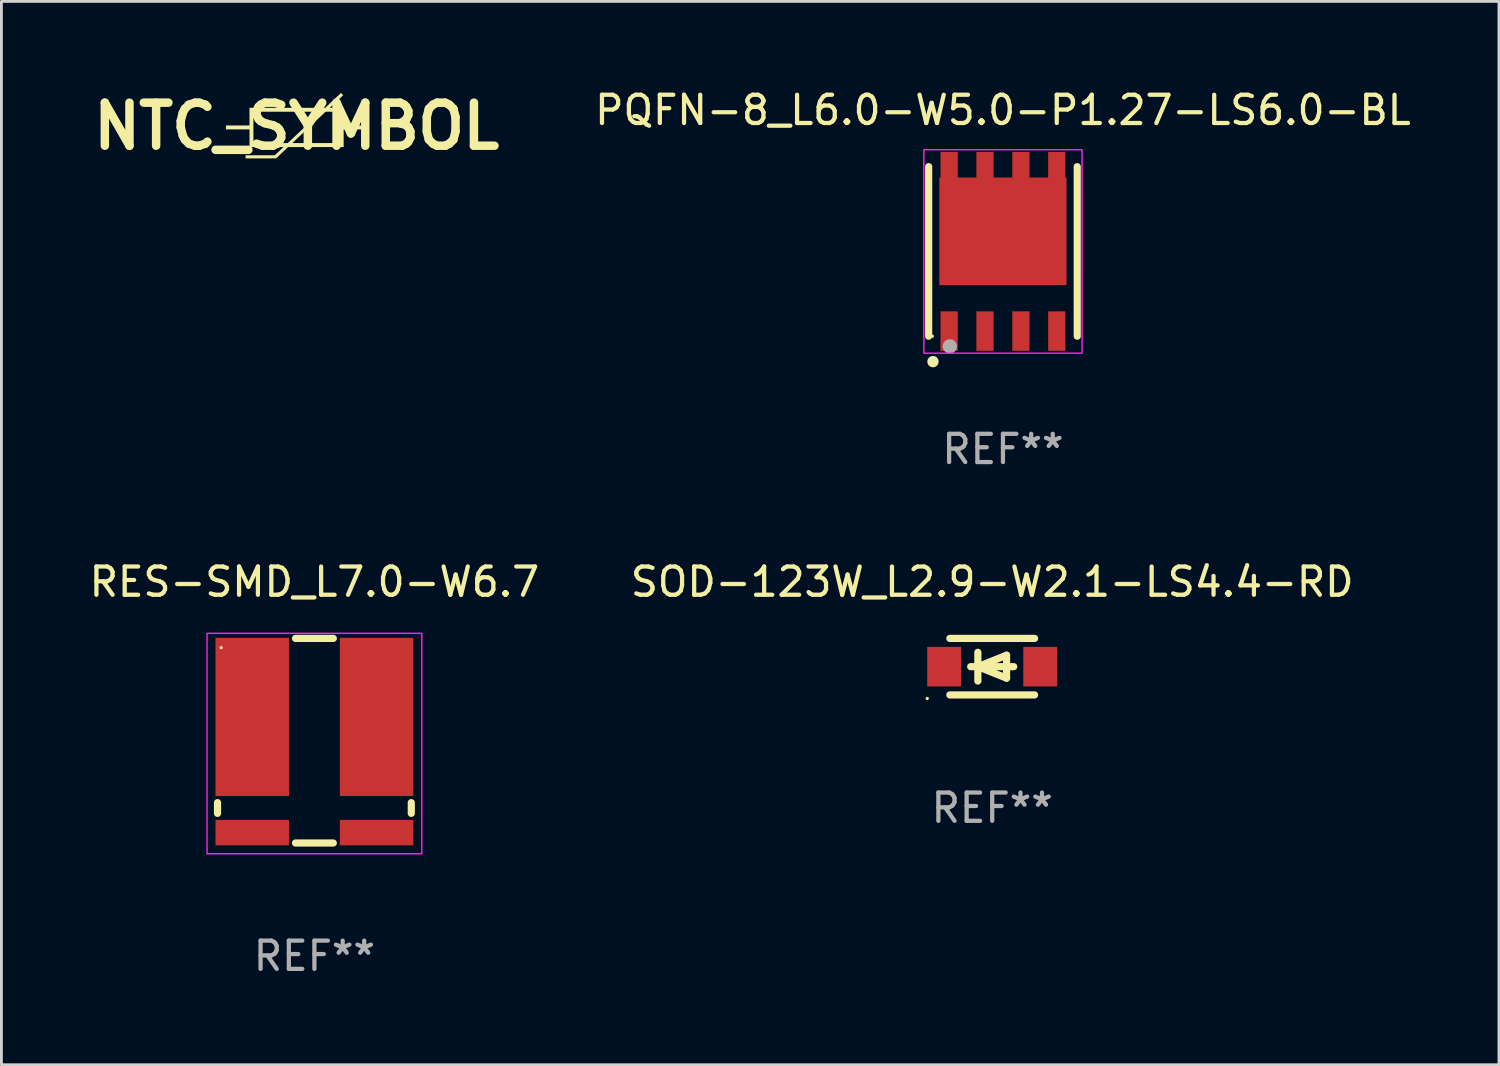
<source format=kicad_pcb>
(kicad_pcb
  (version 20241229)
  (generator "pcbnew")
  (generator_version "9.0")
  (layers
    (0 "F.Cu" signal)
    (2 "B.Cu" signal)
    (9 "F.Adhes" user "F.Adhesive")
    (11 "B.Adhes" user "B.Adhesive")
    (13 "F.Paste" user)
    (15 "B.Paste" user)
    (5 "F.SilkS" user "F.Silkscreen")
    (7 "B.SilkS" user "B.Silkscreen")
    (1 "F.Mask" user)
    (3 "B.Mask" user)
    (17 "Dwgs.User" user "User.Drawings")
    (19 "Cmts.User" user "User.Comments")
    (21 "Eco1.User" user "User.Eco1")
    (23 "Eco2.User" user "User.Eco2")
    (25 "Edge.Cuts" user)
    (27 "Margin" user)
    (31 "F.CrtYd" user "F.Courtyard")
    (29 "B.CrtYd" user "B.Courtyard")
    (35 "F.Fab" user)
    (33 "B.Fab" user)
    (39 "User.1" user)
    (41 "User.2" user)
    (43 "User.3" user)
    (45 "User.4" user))
  (footprint "RES-SMD_L7.0-W6.7"
    (layer "F.Cu")
    (at 8.077 23.164)
    (property "Reference" "RES-SMD_L7.0-W6.7" (at 0 -5.62 0) (layer "F.SilkS") (effects (font (size 1 1) (thickness 0.15))))
    (attr through_hole)
    (fp_line (start -3.429 2.191) (end -3.429 2.572) (stroke (width 0.254) (type solid)) (layer "F.SilkS"))
    (fp_line (start -0.669 3.62) (end 0.669 3.62) (stroke (width 0.254) (type solid)) (layer "F.SilkS"))
    (fp_line (start -0.669 -3.62) (end 0.669 -3.62) (stroke (width 0.254) (type solid)) (layer "F.SilkS"))
    (fp_line (start 3.429 2.572) (end 3.429 2.191) (stroke (width 0.254) (type solid)) (layer "F.SilkS"))
    (fp_circle (center -3.3 -3.294) (end -3.27 -3.294) (stroke (width 0.06) (type solid)) (fill no) (layer "F.SilkS"))
    (fp_rect (start -3.8 -3.8) (end 3.8 4) (stroke (width 0.05) (type solid)) (fill no) (layer "F.CrtYd"))
    (fp_text user "REF**" (at 0 7.62 0) (layer "F.Fab") (effects (font (size 1 1) (thickness 0.15))))
    (pad "1" smd rect (at -2.2 -0.841) (size 2.6 5.6) (layers "F.Cu" "F.Mask" "F.Paste"))
    (pad "1" smd rect (at -2.2 3.253) (size 2.6 0.9) (layers "F.Cu" "F.Mask" "F.Paste"))
    (pad "2" smd rect (at 2.2 -0.841) (size 2.6 5.6) (layers "F.Cu" "F.Mask" "F.Paste"))
    (pad "2" smd rect (at 2.2 3.253) (size 2.6 0.9) (layers "F.Cu" "F.Mask" "F.Paste")))
  (footprint "PQFN-8_L6.0-W5.0-P1.27-LS6.0-BL"
    (layer "F.Cu")
    (at 32.445 5.848)
    (property "Reference" "PQFN-8_L6.0-W5.0-P1.27-LS6.0-BL" (at 0 -5 0) (layer "F.SilkS") (effects (font (size 1 1) (thickness 0.15))))
    (attr through_hole)
    (fp_line (start -2.629 3) (end -2.629 -3) (stroke (width 0.254) (type solid)) (layer "F.SilkS"))
    (fp_line (start 2.629 3) (end 2.629 -3) (stroke (width 0.254) (type solid)) (layer "F.SilkS"))
    (fp_arc (start -2.476505 3.901448) (mid -2.476511 3.900178) (end -2.476505 3.898908) (stroke (width 0.398781) (type solid)) (layer "F.SilkS"))
    (fp_circle (center -2.5 3) (end -2.47 3) (stroke (width 0.06) (type solid)) (fill no) (layer "F.SilkS"))
    (fp_rect (start -2.8 -3.6) (end 2.8 3.6) (stroke (width 0.05) (type solid)) (fill no) (layer "F.CrtYd"))
    (fp_circle (center -1.88 3.36) (end -1.753 3.36) (stroke (width 0.254) (type solid)) (fill no) (layer "F.Fab"))
    (fp_text user "REF**" (at 0 7 0) (layer "F.Fab") (effects (font (size 1 1) (thickness 0.15))))
    (pad "1" smd rect (at -1.905 2.819) (size 0.61 1.397) (layers "F.Cu" "F.Mask" "F.Paste"))
    (pad "2" smd rect (at -0.635 2.819) (size 0.61 1.397) (layers "F.Cu" "F.Mask" "F.Paste"))
    (pad "3" smd rect (at 0.635 2.819) (size 0.61 1.397) (layers "F.Cu" "F.Mask" "F.Paste"))
    (pad "4" smd rect (at 1.905 2.819) (size 0.61 1.397) (layers "F.Cu" "F.Mask" "F.Paste"))
    (pad "5" smd rect (at 1.905 -2.819) (size 0.61 1.397) (layers "F.Cu" "F.Mask" "F.Paste"))
    (pad "6" smd rect (at 0.635 -2.819) (size 0.61 1.397) (layers "F.Cu" "F.Mask" "F.Paste"))
    (pad "7" smd rect (at -0.635 -2.819) (size 0.61 1.397) (layers "F.Cu" "F.Mask" "F.Paste"))
    (pad "8" smd rect (at -1.905 -2.819) (size 0.61 1.397) (layers "F.Cu" "F.Mask" "F.Paste"))
    (pad "9" smd rect (at -0.000025 -0.711 90) (size 3.81 4.5) (layers "F.Cu" "F.Mask" "F.Paste")))
  (footprint "NTC_SYMBOL"
    (layer "F.Cu")
    (at 7.446 1.418)
    (property "Reference" "NTC_SYMBOL" (at 0 0 0) (layer "F.SilkS") (effects (font (size 1.524 1.524) (thickness 0.3))))
    (attr board_only exclude_from_pos_files exclude_from_bom)
    (fp_poly (pts (xy 1.574 -1.176) (xy 1.578 -1.173) (xy 1.584 -1.167) (xy 1.591 -1.16) (xy 1.599 -1.151) (xy 1.607 -1.143) (xy 1.616 -1.133) (xy 1.625 -1.124) (xy 1.632 -1.116) (xy 1.639 -1.109) (xy 1.644 -1.103) (xy 1.648 -1.099) (xy 1.648 -1.098) (xy 1.647 -1.096) (xy 1.643 -1.092) (xy 1.636 -1.086) (xy 1.627 -1.077) (xy 1.616 -1.067) (xy 1.602 -1.054) (xy 1.587 -1.039) (xy 1.57 -1.023) (xy 1.551 -1.005) (xy 1.531 -0.986) (xy 1.509 -0.966) (xy 1.486 -0.944) (xy 1.462 -0.922) (xy 1.437 -0.898) (xy 1.412 -0.875) (xy 1.176 -0.653) (xy 1.421 -0.653) (xy 1.666 -0.652) (xy 1.666 -0.027) (xy 2.5 -0.027) (xy 2.5 0.111) (xy 1.666 0.111) (xy 1.666 0.736) (xy -0.301 0.736) (xy -0.514 0.937) (xy -0.728 1.139) (xy -1.266 1.139) (xy -1.805 1.139) (xy -1.805 1.027) (xy -0.772 1.027) (xy -0.618 0.882) (xy -0.463 0.737) (xy -1.065 0.737) (xy -1.666 0.736) (xy -1.666 0.596) (xy -1.527 0.596) (xy -0.92 0.596) (xy -0.313 0.596) (xy 0.266 0.051) (xy 0.306 0.013) (xy 0.346 -0.025) (xy 0.385 -0.062) (xy 0.423 -0.098) (xy 0.46 -0.133) (xy 0.497 -0.167) (xy 0.532 -0.2) (xy 0.565 -0.231) (xy 0.598 -0.262) (xy 0.629 -0.291) (xy 0.658 -0.319) (xy 0.686 -0.345) (xy 0.712 -0.369) (xy 0.736 -0.392) (xy 0.758 -0.413) (xy 0.778 -0.432) (xy 0.796 -0.449) (xy 0.812 -0.464) (xy 0.825 -0.476) (xy 0.836 -0.487) (xy 0.845 -0.495) (xy 0.851 -0.5) (xy 0.854 -0.504) (xy 0.855 -0.504) (xy 0.864 -0.514) (xy -1.527 -0.514) (xy -1.527 0.596) (xy -0.149 0.596) (xy 1.527 0.596) (xy 1.527 -0.514) (xy 1.028 -0.514) (xy 0.448 0.032) (xy 0.408 0.071) (xy 0.368 0.108) (xy 0.329 0.145) (xy 0.291 0.181) (xy 0.253 0.216) (xy 0.217 0.25) (xy 0.182 0.283) (xy 0.148 0.315) (xy 0.116 0.345) (xy 0.085 0.374) (xy 0.056 0.402) (xy 0.028 0.428) (xy 0.002 0.452) (xy -0.022 0.475) (xy -0.044 0.496) (xy -0.064 0.515) (xy -0.082 0.532) (xy -0.098 0.547) (xy -0.111 0.559) (xy -0.122 0.57) (xy -0.131 0.578) (xy -0.137 0.583) (xy -0.14 0.587) (xy -0.141 0.587) (xy -0.149 0.596) (xy -1.527 0.596) (xy -1.666 0.596) (xy -1.666 0.111) (xy -2.5 0.111) (xy -2.5 -0.027) (xy -1.666 -0.027) (xy -1.666 -0.652) (xy 1.013 -0.652) (xy 1.292 -0.915) (xy 1.32 -0.941) (xy 1.347 -0.966) (xy 1.374 -0.991) (xy 1.399 -1.015) (xy 1.423 -1.038) (xy 1.446 -1.059) (xy 1.467 -1.079) (xy 1.487 -1.098) (xy 1.505 -1.115) (xy 1.521 -1.13) (xy 1.536 -1.143) (xy 1.548 -1.155) (xy 1.558 -1.164) (xy 1.565 -1.171) (xy 1.57 -1.175) (xy 1.572 -1.177) (xy 1.572 -1.177)) (stroke (width 0) (type solid)) (fill yes) (layer "F.SilkS")))
  (footprint "SOD-123W_L2.9-W2.1-LS4.4-RD"
    (layer "F.Cu")
    (at 32.065 20.544)
    (property "Reference" "SOD-123W_L2.9-W2.1-LS4.4-RD" (at 0 -3 0) (layer "F.SilkS") (effects (font (size 1 1) (thickness 0.15))))
    (attr through_hole)
    (fp_line (start -1.5 -1) (end 1.5 -1) (stroke (width 0.254) (type solid)) (layer "F.SilkS"))
    (fp_line (start -1.5 1) (end 1.5 1) (stroke (width 0.254) (type solid)) (layer "F.SilkS"))
    (fp_line (start -0.762 0) (end 0.762 0) (stroke (width 0.254) (type solid)) (layer "F.SilkS"))
    (fp_line (start -0.508 -0.508) (end -0.508 0.508) (stroke (width 0.254) (type solid)) (layer "F.SilkS"))
    (fp_line (start -0.508 0) (end 0.508 -0.406) (stroke (width 0.254) (type solid)) (layer "F.SilkS"))
    (fp_line (start 0.508 -0.406) (end 0.508 0.406) (stroke (width 0.254) (type solid)) (layer "F.SilkS"))
    (fp_line (start 0.508 0.406) (end -0.508 0) (stroke (width 0.254) (type solid)) (layer "F.SilkS"))
    (fp_circle (center -2.3 1.127) (end -2.27 1.127) (stroke (width 0.06) (type solid)) (fill no) (layer "F.SilkS"))
    (fp_text user "REF**" (at 0 5 0) (layer "F.Fab") (effects (font (size 1 1) (thickness 0.15))))
    (pad "1" smd rect (at -1.7 0) (size 1.2 1.4) (layers "F.Cu" "F.Mask" "F.Paste"))
    (pad "2" smd rect (at 1.7 0) (size 1.2 1.4) (layers "F.Cu" "F.Mask" "F.Paste")))
  (gr_rect
    (start -3 -3)
    (end 49.999 34.632)
    (stroke (width 0.1) (type default))
    (fill no)
    (layer "Edge.Cuts")))
</source>
